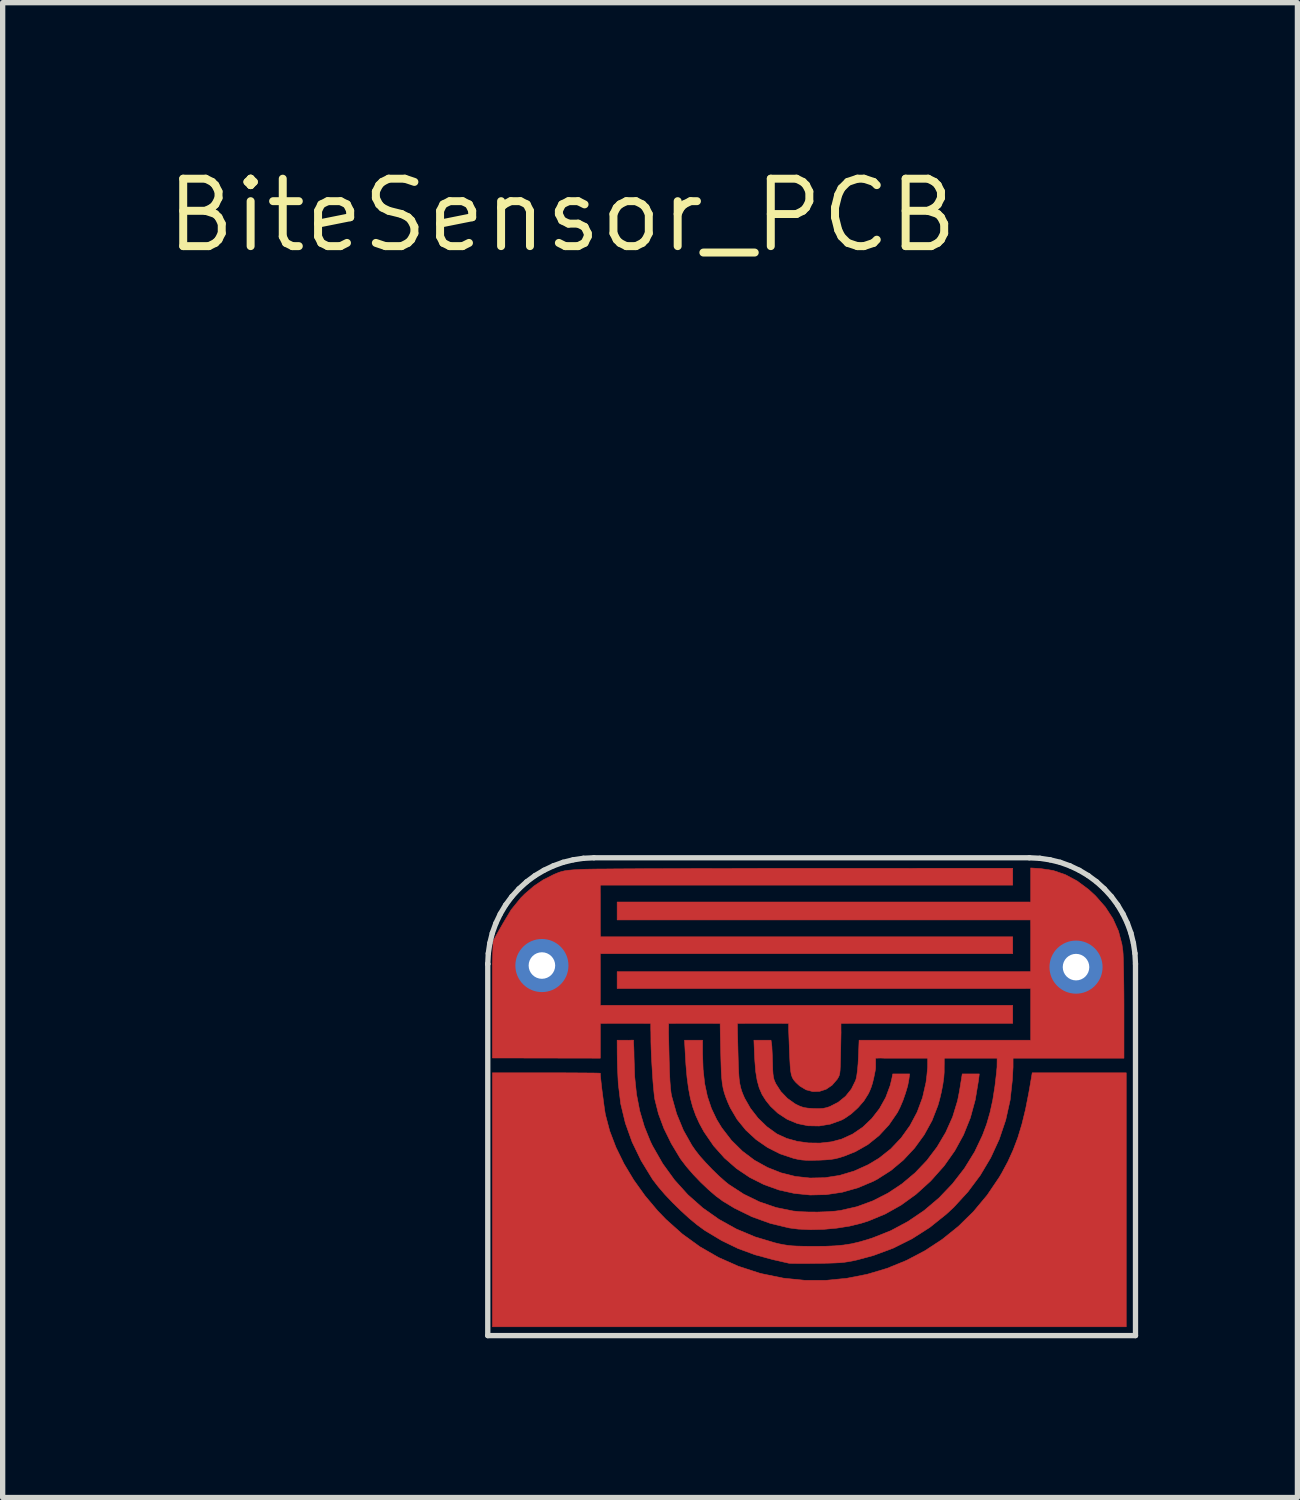
<source format=kicad_pcb>
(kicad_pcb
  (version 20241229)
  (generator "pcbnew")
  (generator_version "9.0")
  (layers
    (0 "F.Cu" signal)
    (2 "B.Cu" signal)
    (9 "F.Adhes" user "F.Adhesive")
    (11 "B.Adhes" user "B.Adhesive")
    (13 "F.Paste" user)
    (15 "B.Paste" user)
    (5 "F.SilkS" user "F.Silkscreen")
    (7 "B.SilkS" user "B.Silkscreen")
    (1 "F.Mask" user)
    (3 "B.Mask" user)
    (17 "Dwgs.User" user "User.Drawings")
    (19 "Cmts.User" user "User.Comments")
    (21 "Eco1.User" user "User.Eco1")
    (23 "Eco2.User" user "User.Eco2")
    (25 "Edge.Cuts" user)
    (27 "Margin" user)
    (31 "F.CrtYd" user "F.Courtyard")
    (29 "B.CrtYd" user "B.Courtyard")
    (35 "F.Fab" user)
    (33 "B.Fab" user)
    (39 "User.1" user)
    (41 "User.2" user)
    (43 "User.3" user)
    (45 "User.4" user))
  (footprint "BiteSensor_PCB"
    (layer "F.Cu")
    (at 7.537 1.006)
    (property "Reference" "BiteSensor_PCB" (at 0 0 0) (layer "F.SilkS") (effects (font (size 1.27 1.27) (thickness 0.15))))
    (attr through_hole)
    (fp_poly (pts (xy -0.093 16.15) (xy 0.096 16.151) (xy 0.268 16.152) (xy 0.418 16.153) (xy 0.542 16.154) (xy 0.637 16.155) (xy 0.697 16.157) (xy 0.72 16.158) (xy 0.72 16.158) (xy 0.722 16.205) (xy 0.73 16.285) (xy 0.741 16.387) (xy 0.755 16.504) (xy 0.771 16.624) (xy 0.786 16.739) (xy 0.8 16.84) (xy 0.812 16.917) (xy 0.817 16.943) (xy 0.897 17.246) (xy 1.015 17.555) (xy 1.167 17.865) (xy 1.35 18.17) (xy 1.562 18.466) (xy 1.798 18.747) (xy 1.957 18.912) (xy 2.265 19.187) (xy 2.595 19.426) (xy 2.946 19.628) (xy 3.318 19.793) (xy 3.71 19.921) (xy 3.769 19.936) (xy 4.169 20.018) (xy 4.57 20.059) (xy 4.968 20.059) (xy 5.361 20.021) (xy 5.747 19.945) (xy 6.122 19.833) (xy 6.484 19.685) (xy 6.831 19.503) (xy 7.159 19.288) (xy 7.466 19.041) (xy 7.749 18.763) (xy 8.006 18.455) (xy 8.234 18.118) (xy 8.279 18.042) (xy 8.396 17.824) (xy 8.497 17.602) (xy 8.585 17.369) (xy 8.661 17.117) (xy 8.729 16.839) (xy 8.79 16.528) (xy 8.807 16.431) (xy 8.855 16.15) (xy 10.626 16.15) (xy 10.626 20.934) (xy -1.312 20.934) (xy -1.312 16.15) (xy -0.296 16.15) (xy -0.093 16.15)) (stroke (width 0.01) (type solid)) (fill yes) (layer "F.Cu"))
    (fp_poly (pts (xy 8.488 12.615) (xy 0.889 12.615) (xy 0.833 12.616) (xy 0.792 12.616) (xy 0.719 12.616) (xy 0.719 12.718) (xy 0.719 12.756) (xy 0.72 12.785) (xy 0.72 13.42) (xy 0.721 13.5) (xy 0.721 13.548) (xy 0.724 13.589) (xy 0.787 13.589) (xy 0.836 13.589) (xy 0.889 13.589) (xy 8.488 13.589) (xy 8.488 13.906) (xy 0.889 13.906) (xy 0.719 13.906) (xy 0.72 14.097) (xy 0.72 14.729) (xy 0.719 14.841) (xy 0.719 14.879) (xy 0.767 14.879) (xy 0.813 14.879) (xy 0.848 14.879) (xy 0.892 14.88) (xy 8.488 14.88) (xy 8.488 15.219) (xy 5.421 15.219) (xy 5.334 15.22) (xy 5.253 15.22) (xy 5.253 15.255) (xy 5.253 15.296) (xy 5.253 15.331) (xy 5.254 15.39) (xy 5.246 15.788) (xy 5.243 15.927) (xy 5.24 16.03) (xy 5.236 16.106) (xy 5.23 16.159) (xy 5.221 16.198) (xy 5.207 16.229) (xy 5.189 16.26) (xy 5.18 16.274) (xy 5.085 16.384) (xy 4.973 16.46) (xy 4.85 16.5) (xy 4.722 16.504) (xy 4.596 16.471) (xy 4.478 16.4) (xy 4.452 16.377) (xy 4.402 16.33) (xy 4.365 16.287) (xy 4.337 16.242) (xy 4.318 16.187) (xy 4.305 16.116) (xy 4.296 16.022) (xy 4.289 15.897) (xy 4.284 15.784) (xy 4.269 15.39) (xy 4.267 15.342) (xy 4.267 15.24) (xy 4.267 15.22) (xy 4.104 15.219) (xy 3.493 15.219) (xy 3.302 15.22) (xy 3.304 15.388) (xy 3.315 15.827) (xy 3.32 16.003) (xy 3.326 16.143) (xy 3.334 16.256) (xy 3.346 16.347) (xy 3.362 16.424) (xy 3.383 16.495) (xy 3.411 16.566) (xy 3.438 16.628) (xy 3.548 16.82) (xy 3.69 17.003) (xy 3.856 17.164) (xy 4.037 17.295) (xy 4.052 17.304) (xy 4.227 17.385) (xy 4.427 17.441) (xy 4.641 17.471) (xy 4.859 17.474) (xy 5.072 17.45) (xy 5.262 17.4) (xy 5.471 17.305) (xy 5.663 17.174) (xy 5.833 17.012) (xy 5.979 16.824) (xy 6.096 16.614) (xy 6.18 16.388) (xy 6.213 16.25) (xy 6.228 16.171) (xy 6.546 16.171) (xy 6.531 16.282) (xy 6.509 16.397) (xy 6.469 16.532) (xy 6.42 16.673) (xy 6.364 16.804) (xy 6.316 16.899) (xy 6.156 17.132) (xy 5.97 17.333) (xy 5.758 17.503) (xy 5.522 17.637) (xy 5.313 17.72) (xy 5.222 17.749) (xy 5.142 17.769) (xy 5.061 17.782) (xy 4.966 17.79) (xy 4.843 17.796) (xy 4.824 17.796) (xy 4.696 17.799) (xy 4.597 17.798) (xy 4.516 17.792) (xy 4.44 17.78) (xy 4.358 17.761) (xy 4.107 17.677) (xy 3.871 17.558) (xy 3.654 17.408) (xy 3.461 17.23) (xy 3.297 17.029) (xy 3.167 16.808) (xy 3.121 16.705) (xy 3.083 16.609) (xy 3.054 16.523) (xy 3.033 16.439) (xy 3.017 16.348) (xy 3.006 16.244) (xy 2.998 16.117) (xy 2.993 15.961) (xy 2.99 15.859) (xy 2.979 15.388) (xy 2.977 15.22) (xy 2.794 15.219) (xy 2.18 15.219) (xy 2.007 15.22) (xy 2.005 15.388) (xy 2.017 15.912) (xy 2.023 16.124) (xy 2.031 16.297) (xy 2.041 16.432) (xy 2.053 16.534) (xy 2.062 16.584) (xy 2.157 16.922) (xy 2.285 17.233) (xy 2.445 17.517) (xy 2.509 17.61) (xy 2.596 17.721) (xy 2.707 17.845) (xy 2.83 17.974) (xy 2.956 18.096) (xy 3.075 18.201) (xy 3.142 18.255) (xy 3.421 18.436) (xy 3.718 18.581) (xy 4.032 18.688) (xy 4.35 18.753) (xy 4.482 18.766) (xy 4.641 18.772) (xy 4.814 18.773) (xy 4.985 18.767) (xy 5.141 18.756) (xy 5.242 18.743) (xy 5.554 18.672) (xy 5.853 18.562) (xy 6.138 18.417) (xy 6.404 18.24) (xy 6.649 18.034) (xy 6.87 17.802) (xy 7.063 17.547) (xy 7.226 17.272) (xy 7.356 16.981) (xy 7.449 16.676) (xy 7.482 16.509) (xy 7.498 16.413) (xy 7.512 16.325) (xy 7.523 16.259) (xy 7.526 16.24) (xy 7.537 16.171) (xy 7.858 16.171) (xy 7.843 16.293) (xy 7.782 16.66) (xy 7.689 17.001) (xy 7.561 17.319) (xy 7.397 17.618) (xy 7.197 17.902) (xy 6.958 18.171) (xy 6.934 18.196) (xy 6.666 18.439) (xy 6.385 18.642) (xy 6.088 18.809) (xy 5.772 18.94) (xy 5.634 18.984) (xy 5.415 19.038) (xy 5.175 19.076) (xy 4.925 19.099) (xy 4.678 19.105) (xy 4.446 19.094) (xy 4.276 19.072) (xy 3.923 18.987) (xy 3.577 18.862) (xy 3.245 18.699) (xy 3.027 18.567) (xy 2.898 18.472) (xy 2.756 18.35) (xy 2.61 18.211) (xy 2.469 18.064) (xy 2.342 17.917) (xy 2.239 17.782) (xy 2.224 17.76) (xy 2.056 17.48) (xy 1.918 17.199) (xy 1.815 16.922) (xy 1.748 16.655) (xy 1.745 16.64) (xy 1.735 16.563) (xy 1.724 16.453) (xy 1.712 16.318) (xy 1.702 16.166) (xy 1.692 16.005) (xy 1.683 15.846) (xy 1.677 15.695) (xy 1.673 15.561) (xy 1.673 15.501) (xy 1.672 15.391) (xy 1.67 15.33) (xy 1.67 15.27) (xy 1.67 15.23) (xy 1.67 15.22) (xy 1.63 15.22) (xy 1.5 15.219) (xy 0.889 15.219) (xy 0.72 15.22) (xy 0.72 15.388) (xy 0.72 15.875) (xy -1.313 15.871) (xy -1.313 14.096) (xy -0.741 14.101) (xy -0.732 14.214) (xy -0.718 14.26) (xy -0.671 14.341) (xy -0.599 14.417) (xy -0.519 14.469) (xy -0.519 14.469) (xy -0.432 14.492) (xy -0.328 14.498) (xy -0.226 14.486) (xy -0.148 14.46) (xy -0.087 14.413) (xy -0.025 14.338) (xy -0.005 14.308) (xy 0.049 14.183) (xy 0.063 14.062) (xy 0.037 13.948) (xy -0.026 13.847) (xy -0.125 13.764) (xy -0.18 13.735) (xy -0.297 13.702) (xy -0.419 13.704) (xy -0.535 13.739) (xy -0.621 13.796) (xy -0.683 13.878) (xy -0.724 13.984) (xy -0.741 14.101) (xy -1.313 14.097) (xy -1.298 13.668) (xy -1.201 13.49) (xy -1.109 13.329) (xy -0.96 13.08) (xy -0.778 12.856) (xy -0.704 12.782) (xy -0.531 12.633) (xy -0.353 12.514) (xy -0.152 12.413) (xy -0.123 12.401) (xy -0.062 12.376) (xy -0.006 12.358) (xy 0.052 12.345) (xy 0.122 12.335) (xy 0.213 12.327) (xy 0.335 12.32) (xy 0.381 12.318) (xy 0.439 12.316) (xy 0.537 12.314) (xy 0.672 12.312) (xy 0.843 12.311) (xy 1.046 12.309) (xy 1.28 12.308) (xy 1.543 12.306) (xy 1.831 12.305) (xy 2.143 12.304) (xy 2.476 12.302) (xy 2.828 12.301) (xy 3.196 12.301) (xy 3.578 12.3) (xy 3.972 12.299) (xy 4.376 12.299) (xy 4.609 12.299) (xy 8.488 12.298) (xy 8.488 12.615)) (stroke (width 0.01) (type solid)) (fill yes) (layer "F.Cu"))
    (fp_poly (pts (xy 9.015 12.304) (xy 9.25 12.34) (xy 9.479 12.418) (xy 9.701 12.537) (xy 9.918 12.698) (xy 10.046 12.816) (xy 10.231 13.026) (xy 10.375 13.247) (xy 10.48 13.482) (xy 10.545 13.731) (xy 10.562 13.85) (xy 10.567 13.913) (xy 10.571 14.013) (xy 10.574 14.144) (xy 10.577 14.3) (xy 10.58 14.477) (xy 10.582 14.667) (xy 10.583 14.867) (xy 10.583 14.96) (xy 10.583 15.875) (xy 8.682 15.875) (xy 8.646 15.875) (xy 8.595 15.875) (xy 8.545 15.875) (xy 8.494 15.875) (xy 8.494 15.956) (xy 8.494 16.044) (xy 8.481 16.282) (xy 8.439 16.665) (xy 8.356 17.039) (xy 8.234 17.401) (xy 8.074 17.749) (xy 7.877 18.08) (xy 7.645 18.391) (xy 7.379 18.681) (xy 7.239 18.811) (xy 6.926 19.062) (xy 6.591 19.276) (xy 6.237 19.453) (xy 5.863 19.592) (xy 5.555 19.675) (xy 5.468 19.694) (xy 5.391 19.708) (xy 5.316 19.719) (xy 5.233 19.727) (xy 5.135 19.732) (xy 5.013 19.736) (xy 4.86 19.739) (xy 4.805 19.739) (xy 4.662 19.741) (xy 4.531 19.742) (xy 4.42 19.741) (xy 4.333 19.74) (xy 4.279 19.738) (xy 4.265 19.736) (xy 4.228 19.727) (xy 4.16 19.712) (xy 4.071 19.691) (xy 3.979 19.671) (xy 3.635 19.578) (xy 3.314 19.46) (xy 3.005 19.31) (xy 2.697 19.125) (xy 2.676 19.111) (xy 2.542 19.013) (xy 2.393 18.89) (xy 2.238 18.748) (xy 2.084 18.597) (xy 1.939 18.445) (xy 1.813 18.298) (xy 1.712 18.167) (xy 1.7 18.15) (xy 1.489 17.805) (xy 1.319 17.454) (xy 1.191 17.096) (xy 1.104 16.733) (xy 1.059 16.361) (xy 1.058 16.351) (xy 1.051 16.212) (xy 1.044 16.061) (xy 1.04 15.916) (xy 1.038 15.795) (xy 1.038 15.785) (xy 1.037 15.536) (xy 1.183 15.536) (xy 1.257 15.537) (xy 1.311 15.535) (xy 1.346 15.535) (xy 1.346 15.57) (xy 1.347 15.603) (xy 1.351 15.67) (xy 1.354 15.758) (xy 1.355 15.85) (xy 1.367 16.218) (xy 1.402 16.556) (xy 1.463 16.87) (xy 1.55 17.164) (xy 1.664 17.445) (xy 1.705 17.529) (xy 1.896 17.863) (xy 2.118 18.169) (xy 2.369 18.447) (xy 2.649 18.695) (xy 2.954 18.91) (xy 3.283 19.093) (xy 3.633 19.24) (xy 4.003 19.351) (xy 4.09 19.372) (xy 4.171 19.388) (xy 4.248 19.4) (xy 4.328 19.409) (xy 4.42 19.414) (xy 4.533 19.417) (xy 4.676 19.419) (xy 4.763 19.419) (xy 4.971 19.417) (xy 5.148 19.409) (xy 5.304 19.394) (xy 5.45 19.371) (xy 5.595 19.337) (xy 5.751 19.292) (xy 5.852 19.259) (xy 6.191 19.124) (xy 6.514 18.951) (xy 6.818 18.745) (xy 7.099 18.507) (xy 7.353 18.241) (xy 7.578 17.951) (xy 7.771 17.638) (xy 7.919 17.326) (xy 7.997 17.117) (xy 8.06 16.898) (xy 8.112 16.662) (xy 8.153 16.399) (xy 8.18 16.166) (xy 8.192 16.044) (xy 8.194 15.875) (xy 8.001 15.875) (xy 7.366 15.875) (xy 7.305 15.875) (xy 7.264 15.875) (xy 7.198 15.875) (xy 7.198 15.9) (xy 7.198 15.982) (xy 7.197 16.044) (xy 7.197 16.137) (xy 7.19 16.238) (xy 7.172 16.366) (xy 7.145 16.508) (xy 7.111 16.652) (xy 7.078 16.768) (xy 6.968 17.05) (xy 6.82 17.319) (xy 6.639 17.568) (xy 6.429 17.793) (xy 6.194 17.99) (xy 5.937 18.154) (xy 5.867 18.191) (xy 5.575 18.315) (xy 5.276 18.4) (xy 4.974 18.445) (xy 4.673 18.452) (xy 4.375 18.422) (xy 4.084 18.357) (xy 3.803 18.256) (xy 3.536 18.122) (xy 3.287 17.955) (xy 3.058 17.755) (xy 2.853 17.525) (xy 2.675 17.265) (xy 2.667 17.252) (xy 2.585 17.101) (xy 2.517 16.951) (xy 2.461 16.795) (xy 2.416 16.629) (xy 2.381 16.444) (xy 2.353 16.235) (xy 2.332 15.995) (xy 2.319 15.774) (xy 2.306 15.536) (xy 2.646 15.536) (xy 2.646 15.785) (xy 2.656 16.086) (xy 2.686 16.356) (xy 2.738 16.599) (xy 2.813 16.822) (xy 2.912 17.03) (xy 3.007 17.186) (xy 3.189 17.422) (xy 3.396 17.626) (xy 3.623 17.797) (xy 3.868 17.933) (xy 4.126 18.035) (xy 4.394 18.102) (xy 4.669 18.132) (xy 4.948 18.126) (xy 5.225 18.083) (xy 5.5 18.001) (xy 5.766 17.881) (xy 5.969 17.759) (xy 6.191 17.583) (xy 6.386 17.377) (xy 6.553 17.144) (xy 6.688 16.89) (xy 6.789 16.618) (xy 6.854 16.333) (xy 6.871 16.197) (xy 6.885 16.044) (xy 6.886 15.875) (xy 6.71 15.875) (xy 6.075 15.875) (xy 5.997 15.872) (xy 5.905 15.875) (xy 5.905 15.977) (xy 5.905 16.038) (xy 5.903 16.076) (xy 5.897 16.115) (xy 5.871 16.244) (xy 5.847 16.344) (xy 5.821 16.425) (xy 5.791 16.499) (xy 5.766 16.55) (xy 5.685 16.679) (xy 5.574 16.807) (xy 5.447 16.923) (xy 5.314 17.014) (xy 5.26 17.042) (xy 5.053 17.117) (xy 4.842 17.152) (xy 4.634 17.148) (xy 4.431 17.106) (xy 4.239 17.026) (xy 4.063 16.91) (xy 3.926 16.781) (xy 3.837 16.67) (xy 3.766 16.558) (xy 3.713 16.435) (xy 3.674 16.294) (xy 3.647 16.129) (xy 3.631 15.933) (xy 3.626 15.849) (xy 3.613 15.536) (xy 3.935 15.536) (xy 3.946 15.605) (xy 3.951 15.652) (xy 3.955 15.731) (xy 3.96 15.831) (xy 3.963 15.942) (xy 3.964 15.96) (xy 3.967 16.078) (xy 3.972 16.164) (xy 3.98 16.227) (xy 3.992 16.277) (xy 4.011 16.324) (xy 4.029 16.362) (xy 4.121 16.504) (xy 4.244 16.632) (xy 4.384 16.732) (xy 4.413 16.748) (xy 4.485 16.782) (xy 4.552 16.804) (xy 4.628 16.816) (xy 4.73 16.823) (xy 4.731 16.823) (xy 4.835 16.825) (xy 4.913 16.821) (xy 4.98 16.807) (xy 5.043 16.786) (xy 5.201 16.705) (xy 5.339 16.593) (xy 5.449 16.456) (xy 5.526 16.3) (xy 5.537 16.268) (xy 5.551 16.2) (xy 5.564 16.101) (xy 5.575 15.978) (xy 5.582 15.849) (xy 5.594 15.536) (xy 8.636 15.536) (xy 8.826 15.537) (xy 8.826 15.367) (xy 8.826 14.753) (xy 8.826 14.562) (xy 8.636 14.563) (xy 1.037 14.563) (xy 1.037 14.245) (xy 8.636 14.245) (xy 8.632 14.244) (xy 9.25 14.244) (xy 9.283 14.251) (xy 9.343 14.358) (xy 9.428 14.44) (xy 9.461 14.46) (xy 9.547 14.488) (xy 9.653 14.499) (xy 9.758 14.49) (xy 9.827 14.47) (xy 9.928 14.407) (xy 9.999 14.323) (xy 10.04 14.223) (xy 10.054 14.116) (xy 10.042 14.008) (xy 10.003 13.906) (xy 9.941 13.817) (xy 9.854 13.749) (xy 9.746 13.707) (xy 9.705 13.7) (xy 9.593 13.706) (xy 9.483 13.743) (xy 9.386 13.806) (xy 9.309 13.887) (xy 9.264 13.981) (xy 9.259 14.002) (xy 9.25 14.247) (xy 8.826 14.254) (xy 8.826 14.14) (xy 8.826 14.076) (xy 8.826 13.441) (xy 8.824 13.271) (xy 8.636 13.271) (xy 1.037 13.271) (xy 1.037 12.933) (xy 8.636 12.933) (xy 8.826 12.934) (xy 8.826 12.764) (xy 8.826 12.292) (xy 9.015 12.304)) (stroke (width 0.01) (type solid)) (fill yes) (layer "F.Cu"))
    (fp_poly (pts (xy 9.6 12.3) (xy 10.3 12.7) (xy 10.7 13.5) (xy 10.8 14) (xy 10.8 21.1) (xy -1.4 21.1) (xy -1.4 14) (xy -1.31 13.52) (xy -1.17 13.14) (xy -0.94 12.8) (xy -0.49 12.41) (xy -0.19 12.26) (xy 0.3 12.1) (xy 9.1 12.1)) (stroke (width 0.1) (type solid)) (fill yes) (layer "F.Mask"))
    (fp_line (start -1.4 14.1) (end -1.4 14.1) (stroke (width 0.1) (type solid)) (layer "Edge.Cuts"))
    (fp_line (start -1.4 14.1) (end -1.4 21.1) (stroke (width 0.1) (type solid)) (layer "Edge.Cuts"))
    (fp_line (start -1.4 21.1) (end 10.8 21.1) (stroke (width 0.1) (type solid)) (layer "Edge.Cuts"))
    (fp_line (start -1.39 13.902) (end -1.4 14.1) (stroke (width 0.1) (type solid)) (layer "Edge.Cuts"))
    (fp_line (start -1.361 13.708) (end -1.39 13.902) (stroke (width 0.1) (type solid)) (layer "Edge.Cuts"))
    (fp_line (start -1.314 13.518) (end -1.361 13.708) (stroke (width 0.1) (type solid)) (layer "Edge.Cuts"))
    (fp_line (start -1.248 13.335) (end -1.314 13.518) (stroke (width 0.1) (type solid)) (layer "Edge.Cuts"))
    (fp_line (start -1.164 13.158) (end -1.248 13.335) (stroke (width 0.1) (type solid)) (layer "Edge.Cuts"))
    (fp_line (start -1.064 12.99) (end -1.164 13.158) (stroke (width 0.1) (type solid)) (layer "Edge.Cuts"))
    (fp_line (start -0.947 12.832) (end -1.064 12.99) (stroke (width 0.1) (type solid)) (layer "Edge.Cuts"))
    (fp_line (start -0.814 12.686) (end -0.947 12.832) (stroke (width 0.1) (type solid)) (layer "Edge.Cuts"))
    (fp_line (start -0.668 12.553) (end -0.814 12.686) (stroke (width 0.1) (type solid)) (layer "Edge.Cuts"))
    (fp_line (start -0.51 12.436) (end -0.668 12.553) (stroke (width 0.1) (type solid)) (layer "Edge.Cuts"))
    (fp_line (start -0.342 12.336) (end -0.51 12.436) (stroke (width 0.1) (type solid)) (layer "Edge.Cuts"))
    (fp_line (start -0.165 12.252) (end -0.342 12.336) (stroke (width 0.1) (type solid)) (layer "Edge.Cuts"))
    (fp_line (start 0.018 12.186) (end -0.165 12.252) (stroke (width 0.1) (type solid)) (layer "Edge.Cuts"))
    (fp_line (start 0.208 12.139) (end 0.018 12.186) (stroke (width 0.1) (type solid)) (layer "Edge.Cuts"))
    (fp_line (start 0.402 12.11) (end 0.208 12.139) (stroke (width 0.1) (type solid)) (layer "Edge.Cuts"))
    (fp_line (start 0.6 12.1) (end 0.402 12.11) (stroke (width 0.1) (type solid)) (layer "Edge.Cuts"))
    (fp_line (start 8.8 12.1) (end 0.6 12.1) (stroke (width 0.1) (type solid)) (layer "Edge.Cuts"))
    (fp_line (start 8.998 12.11) (end 8.8 12.1) (stroke (width 0.1) (type solid)) (layer "Edge.Cuts"))
    (fp_line (start 9.192 12.139) (end 8.998 12.11) (stroke (width 0.1) (type solid)) (layer "Edge.Cuts"))
    (fp_line (start 9.382 12.186) (end 9.192 12.139) (stroke (width 0.1) (type solid)) (layer "Edge.Cuts"))
    (fp_line (start 9.565 12.252) (end 9.382 12.186) (stroke (width 0.1) (type solid)) (layer "Edge.Cuts"))
    (fp_line (start 9.742 12.336) (end 9.565 12.252) (stroke (width 0.1) (type solid)) (layer "Edge.Cuts"))
    (fp_line (start 9.91 12.436) (end 9.742 12.336) (stroke (width 0.1) (type solid)) (layer "Edge.Cuts"))
    (fp_line (start 10.068 12.553) (end 9.91 12.436) (stroke (width 0.1) (type solid)) (layer "Edge.Cuts"))
    (fp_line (start 10.214 12.686) (end 10.068 12.553) (stroke (width 0.1) (type solid)) (layer "Edge.Cuts"))
    (fp_line (start 10.347 12.832) (end 10.214 12.686) (stroke (width 0.1) (type solid)) (layer "Edge.Cuts"))
    (fp_line (start 10.464 12.99) (end 10.347 12.832) (stroke (width 0.1) (type solid)) (layer "Edge.Cuts"))
    (fp_line (start 10.564 13.158) (end 10.464 12.99) (stroke (width 0.1) (type solid)) (layer "Edge.Cuts"))
    (fp_line (start 10.648 13.335) (end 10.564 13.158) (stroke (width 0.1) (type solid)) (layer "Edge.Cuts"))
    (fp_line (start 10.714 13.518) (end 10.648 13.335) (stroke (width 0.1) (type solid)) (layer "Edge.Cuts"))
    (fp_line (start 10.761 13.708) (end 10.714 13.518) (stroke (width 0.1) (type solid)) (layer "Edge.Cuts"))
    (fp_line (start 10.79 13.902) (end 10.761 13.708) (stroke (width 0.1) (type solid)) (layer "Edge.Cuts"))
    (fp_line (start 10.8 14.1) (end 10.79 13.902) (stroke (width 0.1) (type solid)) (layer "Edge.Cuts"))
    (fp_line (start 10.8 21.1) (end 10.8 14.1) (stroke (width 0.1) (type solid)) (layer "Edge.Cuts"))
    (pad "1" thru_hole circle (at -0.38 14.13) (size 1 1) (drill 0.5) (layers "*.Cu" "*.Mask"))
    (pad "2" thru_hole circle (at 9.68 14.16) (size 1 1) (drill 0.5) (layers "*.Cu" "*.Mask")))
  (gr_rect
    (start -3 -3)
    (end 21.387 25.156)
    (stroke (width 0.1) (type default))
    (fill no)
    (layer "Edge.Cuts")))
</source>
